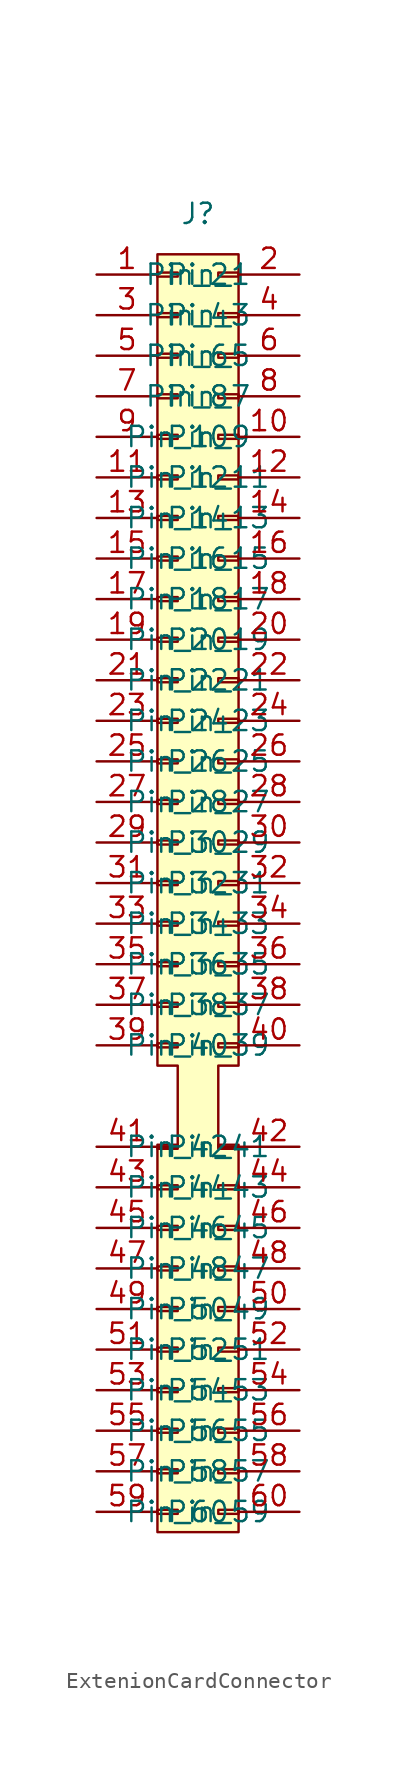
<source format=kicad_sym>
(kicad_symbol_lib
  (version 20241209)
  (generator "kicad_symbol_editor")
  (generator_version "9.0")
  (symbol "ExtenionCardConnector"
    (property "Reference" "J"
      (at 0 0 0)
      (effects (font (size 1.27 1.27))))
    (property "Value" ""
      (at 0 0 0)
      (effects (font (size 1.27 1.27))))
    (symbol "ExtenionCardConnector_1_1"
      (polyline (pts (xy -2.54 -2.54) (xy 2.54 -2.54) (xy 2.54 -53.34) (xy 1.27 -53.34) (xy 1.27 -58.42) (xy 2.54 -58.42) (xy 2.54 -82.55) (xy -2.54 -82.55) (xy -2.54 -58.42) (xy -1.27 -58.42) (xy -1.27 -53.34) (xy -2.54 -53.34) (xy -2.54 -2.54)) (stroke (width 0) (type solid)) (fill (type background)))
      (rectangle (start -2.54 -3.683) (end -1.27 -3.937) (stroke (width 0.152) (type default)) (fill (type none)))
      (rectangle (start -2.54 -6.223) (end -1.27 -6.477) (stroke (width 0.152) (type default)) (fill (type none)))
      (rectangle (start -2.54 -8.763) (end -1.27 -9.017) (stroke (width 0.152) (type default)) (fill (type none)))
      (rectangle (start -2.54 -11.303) (end -1.27 -11.557) (stroke (width 0.152) (type default)) (fill (type none)))
      (rectangle (start -2.54 -13.843) (end -1.27 -14.097) (stroke (width 0.152) (type default)) (fill (type none)))
      (rectangle (start -2.54 -16.383) (end -1.27 -16.637) (stroke (width 0.152) (type default)) (fill (type none)))
      (rectangle (start -2.54 -18.923) (end -1.27 -19.177) (stroke (width 0.152) (type default)) (fill (type none)))
      (rectangle (start -2.54 -21.463) (end -1.27 -21.717) (stroke (width 0.152) (type default)) (fill (type none)))
      (rectangle (start -2.54 -24.003) (end -1.27 -24.257) (stroke (width 0.152) (type default)) (fill (type none)))
      (rectangle (start -2.54 -26.543) (end -1.27 -26.797) (stroke (width 0.152) (type default)) (fill (type none)))
      (rectangle (start -2.54 -29.083) (end -1.27 -29.337) (stroke (width 0.152) (type default)) (fill (type none)))
      (rectangle (start -2.54 -31.623) (end -1.27 -31.877) (stroke (width 0.152) (type default)) (fill (type none)))
      (rectangle (start -2.54 -34.163) (end -1.27 -34.417) (stroke (width 0.152) (type default)) (fill (type none)))
      (rectangle (start -2.54 -36.703) (end -1.27 -36.957) (stroke (width 0.152) (type default)) (fill (type none)))
      (rectangle (start -2.54 -39.243) (end -1.27 -39.497) (stroke (width 0.152) (type default)) (fill (type none)))
      (rectangle (start -2.54 -41.783) (end -1.27 -42.037) (stroke (width 0.152) (type default)) (fill (type none)))
      (rectangle (start -2.54 -44.323) (end -1.27 -44.577) (stroke (width 0.152) (type default)) (fill (type none)))
      (rectangle (start -2.54 -46.863) (end -1.27 -47.117) (stroke (width 0.152) (type default)) (fill (type none)))
      (rectangle (start -2.54 -49.403) (end -1.27 -49.657) (stroke (width 0.152) (type default)) (fill (type none)))
      (rectangle (start -2.54 -51.943) (end -1.27 -52.197) (stroke (width 0.152) (type default)) (fill (type none)))
      (rectangle (start -2.54 -58.293) (end -1.27 -58.547) (stroke (width 0.152) (type default)) (fill (type none)))
      (rectangle (start -2.54 -60.833) (end -1.27 -61.087) (stroke (width 0.152) (type default)) (fill (type none)))
      (rectangle (start -2.54 -63.373) (end -1.27 -63.627) (stroke (width 0.152) (type default)) (fill (type none)))
      (rectangle (start -2.54 -65.913) (end -1.27 -66.167) (stroke (width 0.152) (type default)) (fill (type none)))
      (rectangle (start -2.54 -68.453) (end -1.27 -68.707) (stroke (width 0.152) (type default)) (fill (type none)))
      (rectangle (start -2.54 -70.993) (end -1.27 -71.247) (stroke (width 0.152) (type default)) (fill (type none)))
      (rectangle (start -2.54 -73.533) (end -1.27 -73.787) (stroke (width 0.152) (type default)) (fill (type none)))
      (rectangle (start -2.54 -76.073) (end -1.27 -76.327) (stroke (width 0.152) (type default)) (fill (type none)))
      (rectangle (start -2.54 -78.613) (end -1.27 -78.867) (stroke (width 0.152) (type default)) (fill (type none)))
      (rectangle (start -2.54 -81.153) (end -1.27 -81.407) (stroke (width 0.152) (type default)) (fill (type none)))
      (rectangle (start 2.54 -3.683) (end 1.27 -3.937) (stroke (width 0.152) (type default)) (fill (type none)))
      (rectangle (start 2.54 -6.223) (end 1.27 -6.477) (stroke (width 0.152) (type default)) (fill (type none)))
      (rectangle (start 2.54 -8.763) (end 1.27 -9.017) (stroke (width 0.152) (type default)) (fill (type none)))
      (rectangle (start 2.54 -11.303) (end 1.27 -11.557) (stroke (width 0.152) (type default)) (fill (type none)))
      (rectangle (start 2.54 -13.843) (end 1.27 -14.097) (stroke (width 0.152) (type default)) (fill (type none)))
      (rectangle (start 2.54 -16.383) (end 1.27 -16.637) (stroke (width 0.152) (type default)) (fill (type none)))
      (rectangle (start 2.54 -18.923) (end 1.27 -19.177) (stroke (width 0.152) (type default)) (fill (type none)))
      (rectangle (start 2.54 -21.463) (end 1.27 -21.717) (stroke (width 0.152) (type default)) (fill (type none)))
      (rectangle (start 2.54 -24.003) (end 1.27 -24.257) (stroke (width 0.152) (type default)) (fill (type none)))
      (rectangle (start 2.54 -26.543) (end 1.27 -26.797) (stroke (width 0.152) (type default)) (fill (type none)))
      (rectangle (start 2.54 -29.083) (end 1.27 -29.337) (stroke (width 0.152) (type default)) (fill (type none)))
      (rectangle (start 2.54 -31.623) (end 1.27 -31.877) (stroke (width 0.152) (type default)) (fill (type none)))
      (rectangle (start 2.54 -34.163) (end 1.27 -34.417) (stroke (width 0.152) (type default)) (fill (type none)))
      (rectangle (start 2.54 -36.703) (end 1.27 -36.957) (stroke (width 0.152) (type default)) (fill (type none)))
      (rectangle (start 2.54 -39.243) (end 1.27 -39.497) (stroke (width 0.152) (type default)) (fill (type none)))
      (rectangle (start 2.54 -41.783) (end 1.27 -42.037) (stroke (width 0.152) (type default)) (fill (type none)))
      (rectangle (start 2.54 -44.323) (end 1.27 -44.577) (stroke (width 0.152) (type default)) (fill (type none)))
      (rectangle (start 2.54 -46.863) (end 1.27 -47.117) (stroke (width 0.152) (type default)) (fill (type none)))
      (rectangle (start 2.54 -49.403) (end 1.27 -49.657) (stroke (width 0.152) (type default)) (fill (type none)))
      (rectangle (start 2.54 -51.943) (end 1.27 -52.197) (stroke (width 0.152) (type default)) (fill (type none)))
      (rectangle (start 2.54 -58.293) (end 1.27 -58.547) (stroke (width 0.152) (type default)) (fill (type none)))
      (rectangle (start 2.54 -60.833) (end 1.27 -61.087) (stroke (width 0.152) (type default)) (fill (type none)))
      (rectangle (start 2.54 -63.373) (end 1.27 -63.627) (stroke (width 0.152) (type default)) (fill (type none)))
      (rectangle (start 2.54 -65.913) (end 1.27 -66.167) (stroke (width 0.152) (type default)) (fill (type none)))
      (rectangle (start 2.54 -68.453) (end 1.27 -68.707) (stroke (width 0.152) (type default)) (fill (type none)))
      (rectangle (start 2.54 -70.993) (end 1.27 -71.247) (stroke (width 0.152) (type default)) (fill (type none)))
      (rectangle (start 2.54 -73.533) (end 1.27 -73.787) (stroke (width 0.152) (type default)) (fill (type none)))
      (rectangle (start 2.54 -76.073) (end 1.27 -76.327) (stroke (width 0.152) (type default)) (fill (type none)))
      (rectangle (start 2.54 -78.613) (end 1.27 -78.867) (stroke (width 0.152) (type default)) (fill (type none)))
      (rectangle (start 2.54 -81.153) (end 1.27 -81.407) (stroke (width 0.152) (type default)) (fill (type none)))
      (pin passive line (at -6.35 -3.81 0) (length 3.81) (name "Pin_1" (effects (font (size 1.27 1.27)))) (number "1" (effects (font (size 1.27 1.27)))))
      (pin passive line (at -6.35 -6.35 0) (length 3.81) (name "Pin_3" (effects (font (size 1.27 1.27)))) (number "3" (effects (font (size 1.27 1.27)))))
      (pin passive line (at -6.35 -8.89 0) (length 3.81) (name "Pin_5" (effects (font (size 1.27 1.27)))) (number "5" (effects (font (size 1.27 1.27)))))
      (pin passive line (at -6.35 -11.43 0) (length 3.81) (name "Pin_7" (effects (font (size 1.27 1.27)))) (number "7" (effects (font (size 1.27 1.27)))))
      (pin passive line (at -6.35 -13.97 0) (length 3.81) (name "Pin_9" (effects (font (size 1.27 1.27)))) (number "9" (effects (font (size 1.27 1.27)))))
      (pin passive line (at -6.35 -16.51 0) (length 3.81) (name "Pin_11" (effects (font (size 1.27 1.27)))) (number "11" (effects (font (size 1.27 1.27)))))
      (pin passive line (at -6.35 -19.05 0) (length 3.81) (name "Pin_13" (effects (font (size 1.27 1.27)))) (number "13" (effects (font (size 1.27 1.27)))))
      (pin passive line (at -6.35 -21.59 0) (length 3.81) (name "Pin_15" (effects (font (size 1.27 1.27)))) (number "15" (effects (font (size 1.27 1.27)))))
      (pin passive line (at -6.35 -24.13 0) (length 3.81) (name "Pin_17" (effects (font (size 1.27 1.27)))) (number "17" (effects (font (size 1.27 1.27)))))
      (pin passive line (at -6.35 -26.67 0) (length 3.81) (name "Pin_19" (effects (font (size 1.27 1.27)))) (number "19" (effects (font (size 1.27 1.27)))))
      (pin passive line (at -6.35 -29.21 0) (length 3.81) (name "Pin_21" (effects (font (size 1.27 1.27)))) (number "21" (effects (font (size 1.27 1.27)))))
      (pin passive line (at -6.35 -31.75 0) (length 3.81) (name "Pin_23" (effects (font (size 1.27 1.27)))) (number "23" (effects (font (size 1.27 1.27)))))
      (pin passive line (at -6.35 -34.29 0) (length 3.81) (name "Pin_25" (effects (font (size 1.27 1.27)))) (number "25" (effects (font (size 1.27 1.27)))))
      (pin passive line (at -6.35 -36.83 0) (length 3.81) (name "Pin_27" (effects (font (size 1.27 1.27)))) (number "27" (effects (font (size 1.27 1.27)))))
      (pin passive line (at -6.35 -39.37 0) (length 3.81) (name "Pin_29" (effects (font (size 1.27 1.27)))) (number "29" (effects (font (size 1.27 1.27)))))
      (pin passive line (at -6.35 -41.91 0) (length 3.81) (name "Pin_31" (effects (font (size 1.27 1.27)))) (number "31" (effects (font (size 1.27 1.27)))))
      (pin passive line (at -6.35 -44.45 0) (length 3.81) (name "Pin_33" (effects (font (size 1.27 1.27)))) (number "33" (effects (font (size 1.27 1.27)))))
      (pin passive line (at -6.35 -46.99 0) (length 3.81) (name "Pin_35" (effects (font (size 1.27 1.27)))) (number "35" (effects (font (size 1.27 1.27)))))
      (pin passive line (at -6.35 -49.53 0) (length 3.81) (name "Pin_37" (effects (font (size 1.27 1.27)))) (number "37" (effects (font (size 1.27 1.27)))))
      (pin passive line (at -6.35 -52.07 0) (length 3.81) (name "Pin_39" (effects (font (size 1.27 1.27)))) (number "39" (effects (font (size 1.27 1.27)))))
      (pin passive line (at -6.35 -58.42 0) (length 3.81) (name "Pin_41" (effects (font (size 1.27 1.27)))) (number "41" (effects (font (size 1.27 1.27)))))
      (pin passive line (at -6.35 -60.96 0) (length 3.81) (name "Pin_43" (effects (font (size 1.27 1.27)))) (number "43" (effects (font (size 1.27 1.27)))))
      (pin passive line (at -6.35 -63.5 0) (length 3.81) (name "Pin_45" (effects (font (size 1.27 1.27)))) (number "45" (effects (font (size 1.27 1.27)))))
      (pin passive line (at -6.35 -66.04 0) (length 3.81) (name "Pin_47" (effects (font (size 1.27 1.27)))) (number "47" (effects (font (size 1.27 1.27)))))
      (pin passive line (at -6.35 -68.58 0) (length 3.81) (name "Pin_49" (effects (font (size 1.27 1.27)))) (number "49" (effects (font (size 1.27 1.27)))))
      (pin passive line (at -6.35 -71.12 0) (length 3.81) (name "Pin_51" (effects (font (size 1.27 1.27)))) (number "51" (effects (font (size 1.27 1.27)))))
      (pin passive line (at -6.35 -73.66 0) (length 3.81) (name "Pin_53" (effects (font (size 1.27 1.27)))) (number "53" (effects (font (size 1.27 1.27)))))
      (pin passive line (at -6.35 -76.2 0) (length 3.81) (name "Pin_55" (effects (font (size 1.27 1.27)))) (number "55" (effects (font (size 1.27 1.27)))))
      (pin passive line (at -6.35 -78.74 0) (length 3.81) (name "Pin_57" (effects (font (size 1.27 1.27)))) (number "57" (effects (font (size 1.27 1.27)))))
      (pin passive line (at -6.35 -81.28 0) (length 3.81) (name "Pin_59" (effects (font (size 1.27 1.27)))) (number "59" (effects (font (size 1.27 1.27)))))
      (pin passive line (at 6.35 -3.81 180) (length 3.81) (name "Pin_2" (effects (font (size 1.27 1.27)))) (number "2" (effects (font (size 1.27 1.27)))))
      (pin passive line (at 6.35 -6.35 180) (length 3.81) (name "Pin_4" (effects (font (size 1.27 1.27)))) (number "4" (effects (font (size 1.27 1.27)))))
      (pin passive line (at 6.35 -8.89 180) (length 3.81) (name "Pin_6" (effects (font (size 1.27 1.27)))) (number "6" (effects (font (size 1.27 1.27)))))
      (pin passive line (at 6.35 -11.43 180) (length 3.81) (name "Pin_8" (effects (font (size 1.27 1.27)))) (number "8" (effects (font (size 1.27 1.27)))))
      (pin passive line (at 6.35 -13.97 180) (length 3.81) (name "Pin_10" (effects (font (size 1.27 1.27)))) (number "10" (effects (font (size 1.27 1.27)))))
      (pin passive line (at 6.35 -16.51 180) (length 3.81) (name "Pin_12" (effects (font (size 1.27 1.27)))) (number "12" (effects (font (size 1.27 1.27)))))
      (pin passive line (at 6.35 -19.05 180) (length 3.81) (name "Pin_14" (effects (font (size 1.27 1.27)))) (number "14" (effects (font (size 1.27 1.27)))))
      (pin passive line (at 6.35 -21.59 180) (length 3.81) (name "Pin_16" (effects (font (size 1.27 1.27)))) (number "16" (effects (font (size 1.27 1.27)))))
      (pin passive line (at 6.35 -24.13 180) (length 3.81) (name "Pin_18" (effects (font (size 1.27 1.27)))) (number "18" (effects (font (size 1.27 1.27)))))
      (pin passive line (at 6.35 -26.67 180) (length 3.81) (name "Pin_20" (effects (font (size 1.27 1.27)))) (number "20" (effects (font (size 1.27 1.27)))))
      (pin passive line (at 6.35 -29.21 180) (length 3.81) (name "Pin_22" (effects (font (size 1.27 1.27)))) (number "22" (effects (font (size 1.27 1.27)))))
      (pin passive line (at 6.35 -31.75 180) (length 3.81) (name "Pin_24" (effects (font (size 1.27 1.27)))) (number "24" (effects (font (size 1.27 1.27)))))
      (pin passive line (at 6.35 -34.29 180) (length 3.81) (name "Pin_26" (effects (font (size 1.27 1.27)))) (number "26" (effects (font (size 1.27 1.27)))))
      (pin passive line (at 6.35 -36.83 180) (length 3.81) (name "Pin_28" (effects (font (size 1.27 1.27)))) (number "28" (effects (font (size 1.27 1.27)))))
      (pin passive line (at 6.35 -39.37 180) (length 3.81) (name "Pin_30" (effects (font (size 1.27 1.27)))) (number "30" (effects (font (size 1.27 1.27)))))
      (pin passive line (at 6.35 -41.91 180) (length 3.81) (name "Pin_32" (effects (font (size 1.27 1.27)))) (number "32" (effects (font (size 1.27 1.27)))))
      (pin passive line (at 6.35 -44.45 180) (length 3.81) (name "Pin_34" (effects (font (size 1.27 1.27)))) (number "34" (effects (font (size 1.27 1.27)))))
      (pin passive line (at 6.35 -46.99 180) (length 3.81) (name "Pin_36" (effects (font (size 1.27 1.27)))) (number "36" (effects (font (size 1.27 1.27)))))
      (pin passive line (at 6.35 -49.53 180) (length 3.81) (name "Pin_38" (effects (font (size 1.27 1.27)))) (number "38" (effects (font (size 1.27 1.27)))))
      (pin passive line (at 6.35 -52.07 180) (length 3.81) (name "Pin_40" (effects (font (size 1.27 1.27)))) (number "40" (effects (font (size 1.27 1.27)))))
      (pin passive line (at 6.35 -58.42 180) (length 3.81) (name "Pin_42" (effects (font (size 1.27 1.27)))) (number "42" (effects (font (size 1.27 1.27)))))
      (pin passive line (at 6.35 -60.96 180) (length 3.81) (name "Pin_44" (effects (font (size 1.27 1.27)))) (number "44" (effects (font (size 1.27 1.27)))))
      (pin passive line (at 6.35 -63.5 180) (length 3.81) (name "Pin_46" (effects (font (size 1.27 1.27)))) (number "46" (effects (font (size 1.27 1.27)))))
      (pin passive line (at 6.35 -66.04 180) (length 3.81) (name "Pin_48" (effects (font (size 1.27 1.27)))) (number "48" (effects (font (size 1.27 1.27)))))
      (pin passive line (at 6.35 -68.58 180) (length 3.81) (name "Pin_50" (effects (font (size 1.27 1.27)))) (number "50" (effects (font (size 1.27 1.27)))))
      (pin passive line (at 6.35 -71.12 180) (length 3.81) (name "Pin_52" (effects (font (size 1.27 1.27)))) (number "52" (effects (font (size 1.27 1.27)))))
      (pin passive line (at 6.35 -73.66 180) (length 3.81) (name "Pin_54" (effects (font (size 1.27 1.27)))) (number "54" (effects (font (size 1.27 1.27)))))
      (pin passive line (at 6.35 -76.2 180) (length 3.81) (name "Pin_56" (effects (font (size 1.27 1.27)))) (number "56" (effects (font (size 1.27 1.27)))))
      (pin passive line (at 6.35 -78.74 180) (length 3.81) (name "Pin_58" (effects (font (size 1.27 1.27)))) (number "58" (effects (font (size 1.27 1.27)))))
      (pin passive line (at 6.35 -81.28 180) (length 3.81) (name "Pin_60" (effects (font (size 1.27 1.27)))) (number "60" (effects (font (size 1.27 1.27))))))))
</source>
